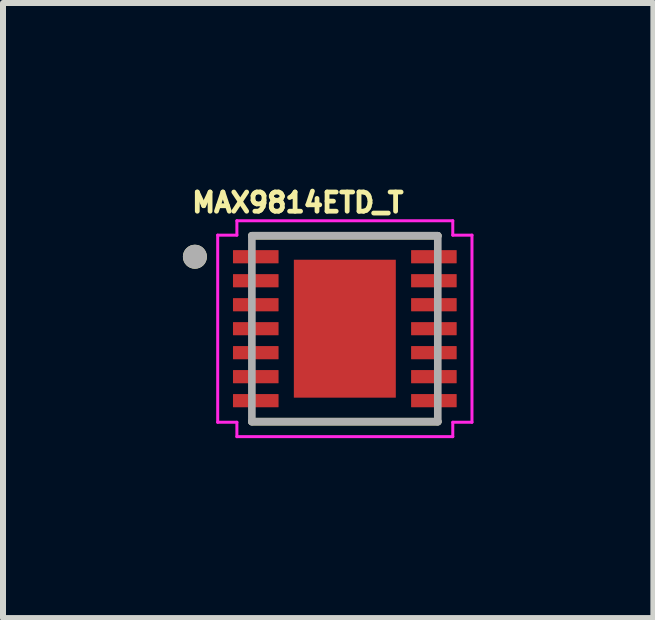
<source format=kicad_pcb>
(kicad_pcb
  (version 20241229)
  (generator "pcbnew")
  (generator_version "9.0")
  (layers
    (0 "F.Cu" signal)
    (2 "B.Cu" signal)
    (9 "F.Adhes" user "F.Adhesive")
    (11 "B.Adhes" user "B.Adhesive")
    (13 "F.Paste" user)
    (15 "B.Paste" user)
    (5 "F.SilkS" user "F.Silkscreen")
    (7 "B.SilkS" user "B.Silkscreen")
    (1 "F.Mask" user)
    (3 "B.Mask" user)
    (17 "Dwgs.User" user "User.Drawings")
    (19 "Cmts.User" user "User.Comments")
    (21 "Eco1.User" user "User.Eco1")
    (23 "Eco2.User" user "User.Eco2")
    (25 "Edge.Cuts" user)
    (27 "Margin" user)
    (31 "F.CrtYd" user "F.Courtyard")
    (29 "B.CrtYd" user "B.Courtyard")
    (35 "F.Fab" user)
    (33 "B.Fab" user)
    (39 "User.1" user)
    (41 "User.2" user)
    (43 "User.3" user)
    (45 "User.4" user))
  (footprint "MAX9814ETD_T"
    (layer "F.Cu")
    (at 2.7 2.431)
    (property "Reference" "MAX9814ETD_T" (at -0.784 -2.103 0) (layer "F.SilkS") (effects (font (size 0.32 0.32) (thickness 0.08))))
    (attr smd)
    (fp_line (start -1.55 -1.55) (end 1.55 -1.55) (stroke (width 0.127) (type solid)) (layer "F.SilkS"))
    (fp_line (start -1.55 1.55) (end 1.55 1.55) (stroke (width 0.127) (type solid)) (layer "F.SilkS"))
    (fp_circle (center -2.5 -1.2) (end -2.4 -1.2) (stroke (width 0.2) (type solid)) (fill no) (layer "F.SilkS"))
    (fp_poly (pts (xy -0.665 -0.965) (xy -0.095 -0.965) (xy -0.095 -0.095) (xy -0.665 -0.095)) (stroke (width 0.01) (type solid)) (fill yes) (layer "F.Paste"))
    (fp_poly (pts (xy -0.665 0.095) (xy -0.095 0.095) (xy -0.095 0.965) (xy -0.665 0.965)) (stroke (width 0.01) (type solid)) (fill yes) (layer "F.Paste"))
    (fp_poly (pts (xy 0.095 -0.965) (xy 0.665 -0.965) (xy 0.665 -0.095) (xy 0.095 -0.095)) (stroke (width 0.01) (type solid)) (fill yes) (layer "F.Paste"))
    (fp_poly (pts (xy 0.095 0.095) (xy 0.665 0.095) (xy 0.665 0.965) (xy 0.095 0.965)) (stroke (width 0.01) (type solid)) (fill yes) (layer "F.Paste"))
    (fp_line (start -2.12 -1.56) (end -1.8 -1.56) (stroke (width 0.05) (type solid)) (layer "F.CrtYd"))
    (fp_line (start -2.12 1.56) (end -2.12 -1.56) (stroke (width 0.05) (type solid)) (layer "F.CrtYd"))
    (fp_line (start -1.8 -1.8) (end 1.8 -1.8) (stroke (width 0.05) (type solid)) (layer "F.CrtYd"))
    (fp_line (start -1.8 -1.56) (end -1.8 -1.8) (stroke (width 0.05) (type solid)) (layer "F.CrtYd"))
    (fp_line (start -1.8 1.56) (end -2.12 1.56) (stroke (width 0.05) (type solid)) (layer "F.CrtYd"))
    (fp_line (start -1.8 1.8) (end -1.8 1.56) (stroke (width 0.05) (type solid)) (layer "F.CrtYd"))
    (fp_line (start 1.8 -1.8) (end 1.8 -1.56) (stroke (width 0.05) (type solid)) (layer "F.CrtYd"))
    (fp_line (start 1.8 -1.56) (end 2.12 -1.56) (stroke (width 0.05) (type solid)) (layer "F.CrtYd"))
    (fp_line (start 1.8 1.56) (end 1.8 1.8) (stroke (width 0.05) (type solid)) (layer "F.CrtYd"))
    (fp_line (start 1.8 1.8) (end -1.8 1.8) (stroke (width 0.05) (type solid)) (layer "F.CrtYd"))
    (fp_line (start 2.12 -1.56) (end 2.12 1.56) (stroke (width 0.05) (type solid)) (layer "F.CrtYd"))
    (fp_line (start 2.12 1.56) (end 1.8 1.56) (stroke (width 0.05) (type solid)) (layer "F.CrtYd"))
    (fp_line (start -1.55 -1.55) (end 1.55 -1.55) (stroke (width 0.127) (type solid)) (layer "F.Fab"))
    (fp_line (start -1.55 1.55) (end -1.55 -1.55) (stroke (width 0.127) (type solid)) (layer "F.Fab"))
    (fp_line (start 1.55 -1.55) (end 1.55 1.55) (stroke (width 0.127) (type solid)) (layer "F.Fab"))
    (fp_line (start 1.55 1.55) (end -1.55 1.55) (stroke (width 0.127) (type solid)) (layer "F.Fab"))
    (fp_circle (center -2.5 -1.2) (end -2.4 -1.2) (stroke (width 0.2) (type solid)) (fill no) (layer "F.Fab"))
    (pad "1" smd roundrect (at -1.485 -1.2) (size 0.76 0.22) (layers "F.Cu" "F.Mask" "F.Paste") (roundrect_rratio 0.03))
    (pad "2" smd roundrect (at -1.485 -0.8) (size 0.76 0.22) (layers "F.Cu" "F.Mask" "F.Paste") (roundrect_rratio 0.03))
    (pad "3" smd roundrect (at -1.485 -0.4) (size 0.76 0.22) (layers "F.Cu" "F.Mask" "F.Paste") (roundrect_rratio 0.03))
    (pad "4" smd roundrect (at -1.485 0) (size 0.76 0.22) (layers "F.Cu" "F.Mask" "F.Paste") (roundrect_rratio 0.03))
    (pad "5" smd roundrect (at -1.485 0.4) (size 0.76 0.22) (layers "F.Cu" "F.Mask" "F.Paste") (roundrect_rratio 0.03))
    (pad "6" smd roundrect (at -1.485 0.8) (size 0.76 0.22) (layers "F.Cu" "F.Mask" "F.Paste") (roundrect_rratio 0.03))
    (pad "7" smd roundrect (at -1.485 1.2) (size 0.76 0.22) (layers "F.Cu" "F.Mask" "F.Paste") (roundrect_rratio 0.03))
    (pad "8" smd roundrect (at 1.485 1.2 180) (size 0.76 0.22) (layers "F.Cu" "F.Mask" "F.Paste") (roundrect_rratio 0.03))
    (pad "9" smd roundrect (at 1.485 0.8 180) (size 0.76 0.22) (layers "F.Cu" "F.Mask" "F.Paste") (roundrect_rratio 0.03))
    (pad "10" smd roundrect (at 1.485 0.4 180) (size 0.76 0.22) (layers "F.Cu" "F.Mask" "F.Paste") (roundrect_rratio 0.03))
    (pad "11" smd roundrect (at 1.485 0 180) (size 0.76 0.22) (layers "F.Cu" "F.Mask" "F.Paste") (roundrect_rratio 0.03))
    (pad "12" smd roundrect (at 1.485 -0.4 180) (size 0.76 0.22) (layers "F.Cu" "F.Mask" "F.Paste") (roundrect_rratio 0.03))
    (pad "13" smd roundrect (at 1.485 -0.8 180) (size 0.76 0.22) (layers "F.Cu" "F.Mask" "F.Paste") (roundrect_rratio 0.03))
    (pad "14" smd roundrect (at 1.485 -1.2 180) (size 0.76 0.22) (layers "F.Cu" "F.Mask" "F.Paste") (roundrect_rratio 0.03))
    (pad "15" smd rect (at 0 0 180) (size 1.7 2.3) (layers "F.Cu" "F.Mask")))
  (gr_rect
    (start -3 -3)
    (end 7.845 7.256)
    (stroke (width 0.1) (type default))
    (fill no)
    (layer "Edge.Cuts")))
</source>
